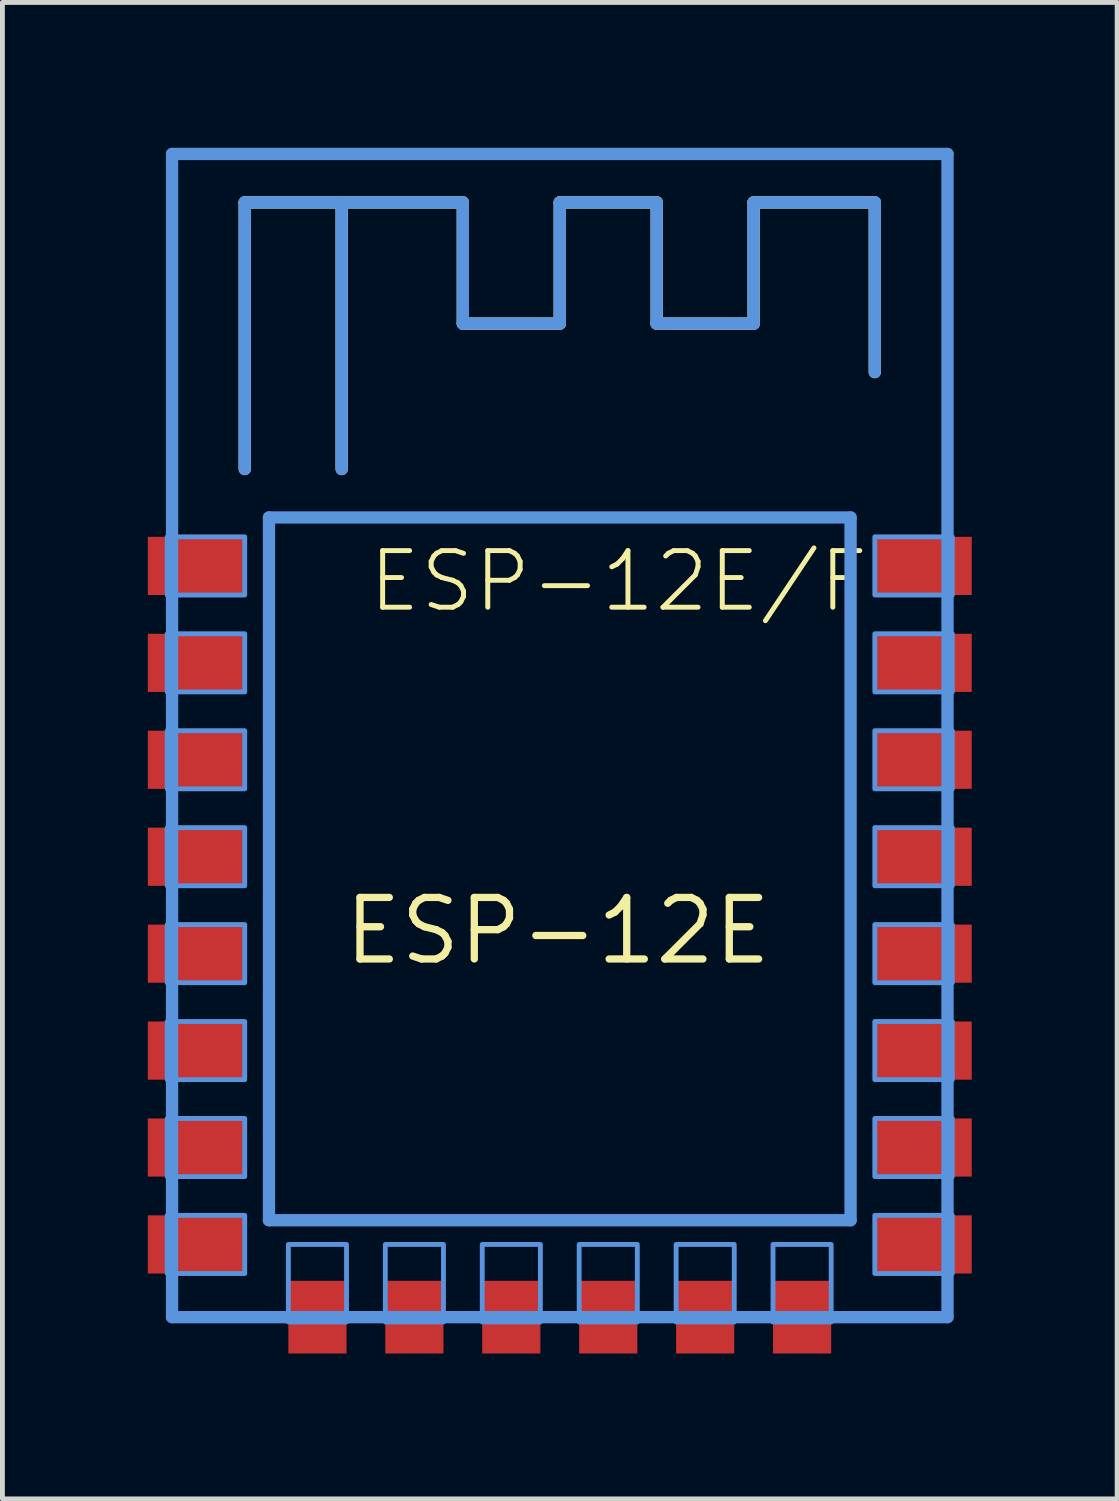
<source format=kicad_pcb>
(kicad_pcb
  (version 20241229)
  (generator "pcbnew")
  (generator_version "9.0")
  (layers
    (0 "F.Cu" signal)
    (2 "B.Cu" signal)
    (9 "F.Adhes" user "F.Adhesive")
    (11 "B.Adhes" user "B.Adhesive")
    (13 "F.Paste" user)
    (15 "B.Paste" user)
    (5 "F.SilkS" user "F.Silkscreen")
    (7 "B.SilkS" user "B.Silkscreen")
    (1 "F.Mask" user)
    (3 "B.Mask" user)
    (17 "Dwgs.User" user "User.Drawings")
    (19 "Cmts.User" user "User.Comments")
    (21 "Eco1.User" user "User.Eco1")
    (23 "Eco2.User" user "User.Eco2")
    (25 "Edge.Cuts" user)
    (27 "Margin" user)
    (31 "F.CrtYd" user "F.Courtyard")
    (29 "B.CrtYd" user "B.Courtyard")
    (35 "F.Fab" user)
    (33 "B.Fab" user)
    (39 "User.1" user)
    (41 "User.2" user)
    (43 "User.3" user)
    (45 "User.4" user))
  (footprint "ESP-12E"
    (layer "F.Cu")
    (at 8.46 16.157)
    (property "Reference" "ESP-12E" (at 0 0 0) (layer "F.SilkS") (effects (font (size 1.27 1.27) (thickness 0.15))))
    (fp_line (start -7.96 -16.03) (end -7.96 -8.53) (stroke (width 0.127) (type solid)) (layer "F.SilkS"))
    (fp_line (start -7.96 -16.03) (end 8.04 -16.03) (stroke (width 0.127) (type solid)) (layer "F.SilkS"))
    (fp_line (start -7.96 7.47) (end -7.96 7.97) (stroke (width 0.127) (type solid)) (layer "F.SilkS"))
    (fp_line (start -7.96 7.97) (end -5.96 7.97) (stroke (width 0.127) (type solid)) (layer "F.SilkS"))
    (fp_line (start -6.46 -15.03) (end -4.46 -15.03) (stroke (width 0.254) (type solid)) (layer "F.SilkS"))
    (fp_line (start -6.46 -9.53) (end -6.46 -15.03) (stroke (width 0.254) (type solid)) (layer "F.SilkS"))
    (fp_line (start -4.46 -15.03) (end -1.96 -15.03) (stroke (width 0.254) (type solid)) (layer "F.SilkS"))
    (fp_line (start -4.46 -9.53) (end -4.46 -15.03) (stroke (width 0.254) (type solid)) (layer "F.SilkS"))
    (fp_line (start -1.96 -15.03) (end -1.96 -12.53) (stroke (width 0.254) (type solid)) (layer "F.SilkS"))
    (fp_line (start -1.96 -12.53) (end 0.04 -12.53) (stroke (width 0.254) (type solid)) (layer "F.SilkS"))
    (fp_line (start 0.04 -15.03) (end 2.04 -15.03) (stroke (width 0.254) (type solid)) (layer "F.SilkS"))
    (fp_line (start 0.04 -12.53) (end 0.04 -15.03) (stroke (width 0.254) (type solid)) (layer "F.SilkS"))
    (fp_line (start 2.04 -15.03) (end 2.04 -12.53) (stroke (width 0.254) (type solid)) (layer "F.SilkS"))
    (fp_line (start 2.04 -12.53) (end 4.04 -12.53) (stroke (width 0.254) (type solid)) (layer "F.SilkS"))
    (fp_line (start 4.04 -15.03) (end 6.54 -15.03) (stroke (width 0.254) (type solid)) (layer "F.SilkS"))
    (fp_line (start 4.04 -12.53) (end 4.04 -15.03) (stroke (width 0.254) (type solid)) (layer "F.SilkS"))
    (fp_line (start 6.04 7.97) (end 8.04 7.97) (stroke (width 0.127) (type solid)) (layer "F.SilkS"))
    (fp_line (start 6.54 -15.03) (end 6.54 -11.53) (stroke (width 0.254) (type solid)) (layer "F.SilkS"))
    (fp_line (start 8.04 -16.03) (end 8.04 -8.53) (stroke (width 0.127) (type solid)) (layer "F.SilkS"))
    (fp_line (start 8.04 7.97) (end 8.04 7.47) (stroke (width 0.127) (type solid)) (layer "F.SilkS"))
    (fp_line (start -7.96 -16.03) (end 8.04 -16.03) (stroke (width 0.254) (type solid)) (layer "Cmts.User"))
    (fp_line (start -7.96 7.97) (end -7.96 -16.03) (stroke (width 0.254) (type solid)) (layer "Cmts.User"))
    (fp_line (start -6.46 -15.03) (end -4.46 -15.03) (stroke (width 0.254) (type solid)) (layer "Cmts.User"))
    (fp_line (start -6.46 -9.53) (end -6.46 -15.03) (stroke (width 0.254) (type solid)) (layer "Cmts.User"))
    (fp_line (start -5.96 -8.53) (end 6.04 -8.53) (stroke (width 0.254) (type solid)) (layer "Cmts.User"))
    (fp_line (start -5.96 5.97) (end -5.96 -8.53) (stroke (width 0.254) (type solid)) (layer "Cmts.User"))
    (fp_line (start -4.46 -15.03) (end -1.96 -15.03) (stroke (width 0.254) (type solid)) (layer "Cmts.User"))
    (fp_line (start -4.46 -9.53) (end -4.46 -15.03) (stroke (width 0.254) (type solid)) (layer "Cmts.User"))
    (fp_line (start -1.96 -15.03) (end -1.96 -12.53) (stroke (width 0.254) (type solid)) (layer "Cmts.User"))
    (fp_line (start -1.96 -12.53) (end 0.04 -12.53) (stroke (width 0.254) (type solid)) (layer "Cmts.User"))
    (fp_line (start 0.04 -15.03) (end 2.04 -15.03) (stroke (width 0.254) (type solid)) (layer "Cmts.User"))
    (fp_line (start 0.04 -12.53) (end 0.04 -15.03) (stroke (width 0.254) (type solid)) (layer "Cmts.User"))
    (fp_line (start 2.04 -15.03) (end 2.04 -12.53) (stroke (width 0.254) (type solid)) (layer "Cmts.User"))
    (fp_line (start 2.04 -12.53) (end 4.04 -12.53) (stroke (width 0.254) (type solid)) (layer "Cmts.User"))
    (fp_line (start 4.04 -15.03) (end 6.54 -15.03) (stroke (width 0.254) (type solid)) (layer "Cmts.User"))
    (fp_line (start 4.04 -12.53) (end 4.04 -15.03) (stroke (width 0.254) (type solid)) (layer "Cmts.User"))
    (fp_line (start 6.04 -8.53) (end 6.04 5.97) (stroke (width 0.254) (type solid)) (layer "Cmts.User"))
    (fp_line (start 6.04 5.97) (end -5.96 5.97) (stroke (width 0.254) (type solid)) (layer "Cmts.User"))
    (fp_line (start 6.54 -15.03) (end 6.54 -11.53) (stroke (width 0.254) (type solid)) (layer "Cmts.User"))
    (fp_line (start 8.04 -16.03) (end 8.04 7.97) (stroke (width 0.254) (type solid)) (layer "Cmts.User"))
    (fp_line (start 8.04 7.97) (end -7.96 7.97) (stroke (width 0.254) (type solid)) (layer "Cmts.User"))
    (fp_poly (pts (xy -8.06 -6.93) (xy -6.46 -6.93) (xy -6.46 -8.13) (xy -8.06 -8.13)) (stroke (width 0.1) (type solid)) (fill no) (layer "Cmts.User"))
    (fp_poly (pts (xy -8.06 -4.93) (xy -6.46 -4.93) (xy -6.46 -6.13) (xy -8.06 -6.13)) (stroke (width 0.1) (type solid)) (fill no) (layer "Cmts.User"))
    (fp_poly (pts (xy -8.06 -2.93) (xy -6.46 -2.93) (xy -6.46 -4.13) (xy -8.06 -4.13)) (stroke (width 0.1) (type solid)) (fill no) (layer "Cmts.User"))
    (fp_poly (pts (xy -8.06 -0.93) (xy -6.46 -0.93) (xy -6.46 -2.13) (xy -8.06 -2.13)) (stroke (width 0.1) (type solid)) (fill no) (layer "Cmts.User"))
    (fp_poly (pts (xy -8.06 1.07) (xy -6.46 1.07) (xy -6.46 -0.13) (xy -8.06 -0.13)) (stroke (width 0.1) (type solid)) (fill no) (layer "Cmts.User"))
    (fp_poly (pts (xy -8.06 3.07) (xy -6.46 3.07) (xy -6.46 1.87) (xy -8.06 1.87)) (stroke (width 0.1) (type solid)) (fill no) (layer "Cmts.User"))
    (fp_poly (pts (xy -8.06 5.07) (xy -6.46 5.07) (xy -6.46 3.87) (xy -8.06 3.87)) (stroke (width 0.1) (type solid)) (fill no) (layer "Cmts.User"))
    (fp_poly (pts (xy -8.06 7.07) (xy -6.46 7.07) (xy -6.46 5.87) (xy -8.06 5.87)) (stroke (width 0.1) (type solid)) (fill no) (layer "Cmts.User"))
    (fp_poly (pts (xy -4.36 8.07) (xy -4.36 6.47) (xy -5.56 6.47) (xy -5.56 8.07)) (stroke (width 0.1) (type solid)) (fill no) (layer "Cmts.User"))
    (fp_poly (pts (xy -2.36 8.07) (xy -2.36 6.47) (xy -3.56 6.47) (xy -3.56 8.07)) (stroke (width 0.1) (type solid)) (fill no) (layer "Cmts.User"))
    (fp_poly (pts (xy -0.36 8.07) (xy -0.36 6.47) (xy -1.56 6.47) (xy -1.56 8.07)) (stroke (width 0.1) (type solid)) (fill no) (layer "Cmts.User"))
    (fp_poly (pts (xy 1.64 8.07) (xy 1.64 6.47) (xy 0.44 6.47) (xy 0.44 8.07)) (stroke (width 0.1) (type solid)) (fill no) (layer "Cmts.User"))
    (fp_poly (pts (xy 3.64 8.07) (xy 3.64 6.47) (xy 2.44 6.47) (xy 2.44 8.07)) (stroke (width 0.1) (type solid)) (fill no) (layer "Cmts.User"))
    (fp_poly (pts (xy 5.64 8.07) (xy 5.64 6.47) (xy 4.44 6.47) (xy 4.44 8.07)) (stroke (width 0.1) (type solid)) (fill no) (layer "Cmts.User"))
    (fp_poly (pts (xy 8.14 -8.13) (xy 6.54 -8.13) (xy 6.54 -6.93) (xy 8.14 -6.93)) (stroke (width 0.1) (type solid)) (fill no) (layer "Cmts.User"))
    (fp_poly (pts (xy 8.14 -6.13) (xy 6.54 -6.13) (xy 6.54 -4.93) (xy 8.14 -4.93)) (stroke (width 0.1) (type solid)) (fill no) (layer "Cmts.User"))
    (fp_poly (pts (xy 8.14 -4.13) (xy 6.54 -4.13) (xy 6.54 -2.93) (xy 8.14 -2.93)) (stroke (width 0.1) (type solid)) (fill no) (layer "Cmts.User"))
    (fp_poly (pts (xy 8.14 -2.13) (xy 6.54 -2.13) (xy 6.54 -0.93) (xy 8.14 -0.93)) (stroke (width 0.1) (type solid)) (fill no) (layer "Cmts.User"))
    (fp_poly (pts (xy 8.14 -0.13) (xy 6.54 -0.13) (xy 6.54 1.07) (xy 8.14 1.07)) (stroke (width 0.1) (type solid)) (fill no) (layer "Cmts.User"))
    (fp_poly (pts (xy 8.14 1.87) (xy 6.54 1.87) (xy 6.54 3.07) (xy 8.14 3.07)) (stroke (width 0.1) (type solid)) (fill no) (layer "Cmts.User"))
    (fp_poly (pts (xy 8.14 3.87) (xy 6.54 3.87) (xy 6.54 5.07) (xy 8.14 5.07)) (stroke (width 0.1) (type solid)) (fill no) (layer "Cmts.User"))
    (fp_poly (pts (xy 8.14 5.87) (xy 6.54 5.87) (xy 6.54 7.07) (xy 8.14 7.07)) (stroke (width 0.1) (type solid)) (fill no) (layer "Cmts.User"))
    (fp_text user "ESP-12E/F" (at -3.96 -6.53 0) (layer "F.SilkS") (effects (font (size 1.168 1.168) (thickness 0.102)) (justify left bottom)))
    (pad "ADC" smd rect (at -7.46 -5.53) (size 2 1.2) (layers "F.Cu" "F.Mask" "F.Paste"))
    (pad "CS0" smd rect (at -4.96 7.97 90) (size 1.5 1.2) (layers "F.Cu" "F.Mask" "F.Paste"))
    (pad "EN" smd rect (at -7.46 -3.53) (size 2 1.2) (layers "F.Cu" "F.Mask" "F.Paste"))
    (pad "GND" smd rect (at 7.54 6.47) (size 2 1.2) (layers "F.Cu" "F.Mask" "F.Paste"))
    (pad "IO0" smd rect (at 7.54 0.47) (size 2 1.2) (layers "F.Cu" "F.Mask" "F.Paste"))
    (pad "IO2" smd rect (at 7.54 2.47) (size 2 1.2) (layers "F.Cu" "F.Mask" "F.Paste"))
    (pad "IO4" smd rect (at 7.54 -1.53) (size 2 1.2) (layers "F.Cu" "F.Mask" "F.Paste"))
    (pad "IO5" smd rect (at 7.54 -3.53) (size 2 1.2) (layers "F.Cu" "F.Mask" "F.Paste"))
    (pad "IO9" smd rect (at -0.96 7.97 90) (size 1.5 1.2) (layers "F.Cu" "F.Mask" "F.Paste"))
    (pad "IO10" smd rect (at 1.04 7.97 90) (size 1.5 1.2) (layers "F.Cu" "F.Mask" "F.Paste"))
    (pad "IO12" smd rect (at -7.46 2.47) (size 2 1.2) (layers "F.Cu" "F.Mask" "F.Paste"))
    (pad "IO13" smd rect (at -7.46 4.47) (size 2 1.2) (layers "F.Cu" "F.Mask" "F.Paste"))
    (pad "IO14" smd rect (at -7.46 0.47) (size 2 1.2) (layers "F.Cu" "F.Mask" "F.Paste"))
    (pad "IO15" smd rect (at 7.54 4.47) (size 2 1.2) (layers "F.Cu" "F.Mask" "F.Paste"))
    (pad "IO16" smd rect (at -7.46 -1.53) (size 2 1.2) (layers "F.Cu" "F.Mask" "F.Paste"))
    (pad "MISO" smd rect (at -2.96 7.97 90) (size 1.5 1.2) (layers "F.Cu" "F.Mask" "F.Paste"))
    (pad "MOSI" smd rect (at 3.04 7.97 90) (size 1.5 1.2) (layers "F.Cu" "F.Mask" "F.Paste"))
    (pad "RST" smd rect (at -7.46 -7.53) (size 2 1.2) (layers "F.Cu" "F.Mask" "F.Paste"))
    (pad "RXD/IO3" smd rect (at 7.54 -5.53) (size 2 1.2) (layers "F.Cu" "F.Mask" "F.Paste"))
    (pad "SCLK" smd rect (at 5.04 7.97 90) (size 1.5 1.2) (layers "F.Cu" "F.Mask" "F.Paste"))
    (pad "TXD/IO1" smd rect (at 7.54 -7.53) (size 2 1.2) (layers "F.Cu" "F.Mask" "F.Paste"))
    (pad "VCC" smd rect (at -7.46 6.47) (size 2 1.2) (layers "F.Cu" "F.Mask" "F.Paste")))
  (gr_rect
    (start -3 -3)
    (end 20 27.877)
    (stroke (width 0.1) (type default))
    (fill no)
    (layer "Edge.Cuts")))
</source>
